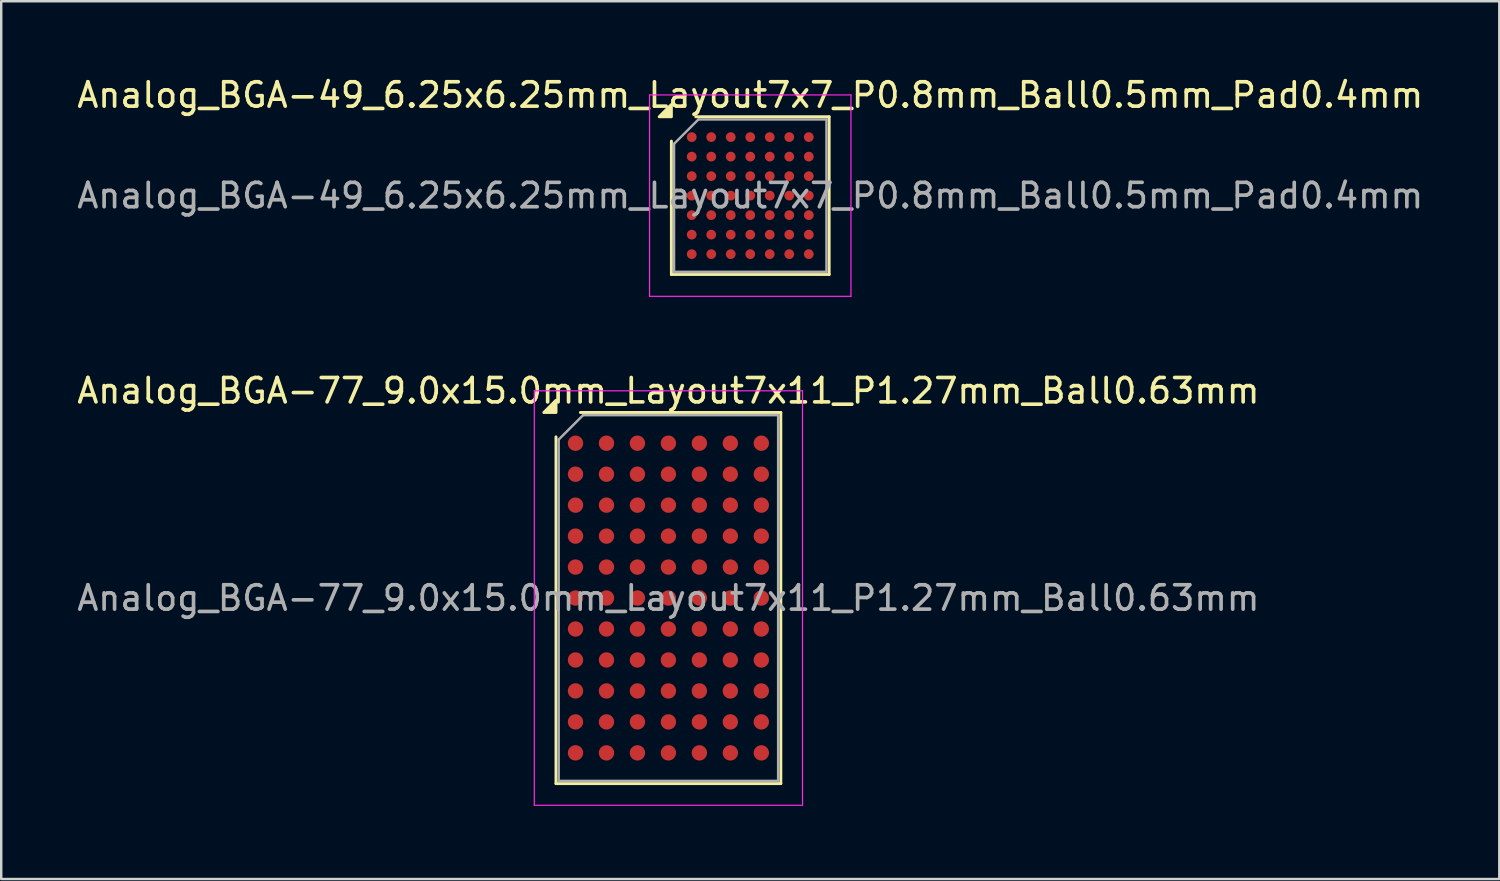
<source format=kicad_pcb>
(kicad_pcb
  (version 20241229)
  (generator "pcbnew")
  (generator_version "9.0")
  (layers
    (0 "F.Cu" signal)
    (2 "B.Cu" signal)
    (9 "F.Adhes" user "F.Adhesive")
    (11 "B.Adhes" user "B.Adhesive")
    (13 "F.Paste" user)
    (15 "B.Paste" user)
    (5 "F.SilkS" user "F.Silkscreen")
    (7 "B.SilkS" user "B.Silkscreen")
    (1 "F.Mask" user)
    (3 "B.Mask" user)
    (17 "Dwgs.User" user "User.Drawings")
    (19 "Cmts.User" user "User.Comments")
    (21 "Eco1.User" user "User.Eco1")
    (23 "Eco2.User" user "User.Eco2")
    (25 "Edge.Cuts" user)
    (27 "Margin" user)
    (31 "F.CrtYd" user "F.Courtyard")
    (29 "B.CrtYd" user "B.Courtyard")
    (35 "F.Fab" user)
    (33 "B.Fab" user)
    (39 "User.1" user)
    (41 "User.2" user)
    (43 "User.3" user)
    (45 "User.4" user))
  (footprint "Analog_BGA-49_6.25x6.25mm_Layout7x7_P0.8mm_Ball0.5mm_Pad0.4mm"
    (layer "F.Cu")
    (at 27.72 4.973)
    (property "Reference" "Analog_BGA-49_6.25x6.25mm_Layout7x7_P0.8mm_Ball0.5mm_Pad0.4mm" (at 0 -4.125 0) (layer "F.SilkS") (effects (font (size 1 1) (thickness 0.15))))
    (attr smd)
    (fp_line (start -3.235 3.235) (end -3.235 -2.235) (stroke (width 0.12) (type solid)) (layer "F.SilkS"))
    (fp_line (start -2.235 -3.235) (end 3.235 -3.235) (stroke (width 0.12) (type solid)) (layer "F.SilkS"))
    (fp_line (start 3.235 -3.235) (end 3.235 3.235) (stroke (width 0.12) (type solid)) (layer "F.SilkS"))
    (fp_line (start 3.235 3.235) (end -3.235 3.235) (stroke (width 0.12) (type solid)) (layer "F.SilkS"))
    (fp_poly (pts (xy -3.235 -3.235) (xy -3.735 -3.235) (xy -3.235 -3.735) (xy -3.235 -3.235)) (stroke (width 0.12) (type solid)) (fill yes) (layer "F.SilkS"))
    (fp_line (start -4.13 -4.13) (end -4.13 4.13) (stroke (width 0.05) (type solid)) (layer "F.CrtYd"))
    (fp_line (start -4.13 4.13) (end 4.13 4.13) (stroke (width 0.05) (type solid)) (layer "F.CrtYd"))
    (fp_line (start 4.13 -4.13) (end -4.13 -4.13) (stroke (width 0.05) (type solid)) (layer "F.CrtYd"))
    (fp_line (start 4.13 4.13) (end 4.13 -4.13) (stroke (width 0.05) (type solid)) (layer "F.CrtYd"))
    (fp_line (start -3.125 -2.125) (end -2.125 -3.125) (stroke (width 0.1) (type solid)) (layer "F.Fab"))
    (fp_line (start -3.125 3.125) (end -3.125 -2.125) (stroke (width 0.1) (type solid)) (layer "F.Fab"))
    (fp_line (start -2.125 -3.125) (end 3.125 -3.125) (stroke (width 0.1) (type solid)) (layer "F.Fab"))
    (fp_line (start 3.125 -3.125) (end 3.125 3.125) (stroke (width 0.1) (type solid)) (layer "F.Fab"))
    (fp_line (start 3.125 3.125) (end -3.125 3.125) (stroke (width 0.1) (type solid)) (layer "F.Fab"))
    (fp_text user "${REFERENCE}" (at 0 0 0) (layer "F.Fab") (effects (font (size 1 1) (thickness 0.15))))
    (pad "A1" smd circle (at -2.4 -2.4) (size 0.4 0.4) (property pad_prop_bga) (layers "F.Cu" "F.Mask" "F.Paste"))
    (pad "A2" smd circle (at -1.6 -2.4) (size 0.4 0.4) (property pad_prop_bga) (layers "F.Cu" "F.Mask" "F.Paste"))
    (pad "A3" smd circle (at -0.8 -2.4) (size 0.4 0.4) (property pad_prop_bga) (layers "F.Cu" "F.Mask" "F.Paste"))
    (pad "A4" smd circle (at 0 -2.4) (size 0.4 0.4) (property pad_prop_bga) (layers "F.Cu" "F.Mask" "F.Paste"))
    (pad "A5" smd circle (at 0.8 -2.4) (size 0.4 0.4) (property pad_prop_bga) (layers "F.Cu" "F.Mask" "F.Paste"))
    (pad "A6" smd circle (at 1.6 -2.4) (size 0.4 0.4) (property pad_prop_bga) (layers "F.Cu" "F.Mask" "F.Paste"))
    (pad "A7" smd circle (at 2.4 -2.4) (size 0.4 0.4) (property pad_prop_bga) (layers "F.Cu" "F.Mask" "F.Paste"))
    (pad "B1" smd circle (at -2.4 -1.6) (size 0.4 0.4) (property pad_prop_bga) (layers "F.Cu" "F.Mask" "F.Paste"))
    (pad "B2" smd circle (at -1.6 -1.6) (size 0.4 0.4) (property pad_prop_bga) (layers "F.Cu" "F.Mask" "F.Paste"))
    (pad "B3" smd circle (at -0.8 -1.6) (size 0.4 0.4) (property pad_prop_bga) (layers "F.Cu" "F.Mask" "F.Paste"))
    (pad "B4" smd circle (at 0 -1.6) (size 0.4 0.4) (property pad_prop_bga) (layers "F.Cu" "F.Mask" "F.Paste"))
    (pad "B5" smd circle (at 0.8 -1.6) (size 0.4 0.4) (property pad_prop_bga) (layers "F.Cu" "F.Mask" "F.Paste"))
    (pad "B6" smd circle (at 1.6 -1.6) (size 0.4 0.4) (property pad_prop_bga) (layers "F.Cu" "F.Mask" "F.Paste"))
    (pad "B7" smd circle (at 2.4 -1.6) (size 0.4 0.4) (property pad_prop_bga) (layers "F.Cu" "F.Mask" "F.Paste"))
    (pad "C1" smd circle (at -2.4 -0.8) (size 0.4 0.4) (property pad_prop_bga) (layers "F.Cu" "F.Mask" "F.Paste"))
    (pad "C2" smd circle (at -1.6 -0.8) (size 0.4 0.4) (property pad_prop_bga) (layers "F.Cu" "F.Mask" "F.Paste"))
    (pad "C3" smd circle (at -0.8 -0.8) (size 0.4 0.4) (property pad_prop_bga) (layers "F.Cu" "F.Mask" "F.Paste"))
    (pad "C4" smd circle (at 0 -0.8) (size 0.4 0.4) (property pad_prop_bga) (layers "F.Cu" "F.Mask" "F.Paste"))
    (pad "C5" smd circle (at 0.8 -0.8) (size 0.4 0.4) (property pad_prop_bga) (layers "F.Cu" "F.Mask" "F.Paste"))
    (pad "C6" smd circle (at 1.6 -0.8) (size 0.4 0.4) (property pad_prop_bga) (layers "F.Cu" "F.Mask" "F.Paste"))
    (pad "C7" smd circle (at 2.4 -0.8) (size 0.4 0.4) (property pad_prop_bga) (layers "F.Cu" "F.Mask" "F.Paste"))
    (pad "D1" smd circle (at -2.4 0) (size 0.4 0.4) (property pad_prop_bga) (layers "F.Cu" "F.Mask" "F.Paste"))
    (pad "D2" smd circle (at -1.6 0) (size 0.4 0.4) (property pad_prop_bga) (layers "F.Cu" "F.Mask" "F.Paste"))
    (pad "D3" smd circle (at -0.8 0) (size 0.4 0.4) (property pad_prop_bga) (layers "F.Cu" "F.Mask" "F.Paste"))
    (pad "D4" smd circle (at 0 0) (size 0.4 0.4) (property pad_prop_bga) (layers "F.Cu" "F.Mask" "F.Paste"))
    (pad "D5" smd circle (at 0.8 0) (size 0.4 0.4) (property pad_prop_bga) (layers "F.Cu" "F.Mask" "F.Paste"))
    (pad "D6" smd circle (at 1.6 0) (size 0.4 0.4) (property pad_prop_bga) (layers "F.Cu" "F.Mask" "F.Paste"))
    (pad "D7" smd circle (at 2.4 0) (size 0.4 0.4) (property pad_prop_bga) (layers "F.Cu" "F.Mask" "F.Paste"))
    (pad "E1" smd circle (at -2.4 0.8) (size 0.4 0.4) (property pad_prop_bga) (layers "F.Cu" "F.Mask" "F.Paste"))
    (pad "E2" smd circle (at -1.6 0.8) (size 0.4 0.4) (property pad_prop_bga) (layers "F.Cu" "F.Mask" "F.Paste"))
    (pad "E3" smd circle (at -0.8 0.8) (size 0.4 0.4) (property pad_prop_bga) (layers "F.Cu" "F.Mask" "F.Paste"))
    (pad "E4" smd circle (at 0 0.8) (size 0.4 0.4) (property pad_prop_bga) (layers "F.Cu" "F.Mask" "F.Paste"))
    (pad "E5" smd circle (at 0.8 0.8) (size 0.4 0.4) (property pad_prop_bga) (layers "F.Cu" "F.Mask" "F.Paste"))
    (pad "E6" smd circle (at 1.6 0.8) (size 0.4 0.4) (property pad_prop_bga) (layers "F.Cu" "F.Mask" "F.Paste"))
    (pad "E7" smd circle (at 2.4 0.8) (size 0.4 0.4) (property pad_prop_bga) (layers "F.Cu" "F.Mask" "F.Paste"))
    (pad "F1" smd circle (at -2.4 1.6) (size 0.4 0.4) (property pad_prop_bga) (layers "F.Cu" "F.Mask" "F.Paste"))
    (pad "F2" smd circle (at -1.6 1.6) (size 0.4 0.4) (property pad_prop_bga) (layers "F.Cu" "F.Mask" "F.Paste"))
    (pad "F3" smd circle (at -0.8 1.6) (size 0.4 0.4) (property pad_prop_bga) (layers "F.Cu" "F.Mask" "F.Paste"))
    (pad "F4" smd circle (at 0 1.6) (size 0.4 0.4) (property pad_prop_bga) (layers "F.Cu" "F.Mask" "F.Paste"))
    (pad "F5" smd circle (at 0.8 1.6) (size 0.4 0.4) (property pad_prop_bga) (layers "F.Cu" "F.Mask" "F.Paste"))
    (pad "F6" smd circle (at 1.6 1.6) (size 0.4 0.4) (property pad_prop_bga) (layers "F.Cu" "F.Mask" "F.Paste"))
    (pad "F7" smd circle (at 2.4 1.6) (size 0.4 0.4) (property pad_prop_bga) (layers "F.Cu" "F.Mask" "F.Paste"))
    (pad "G1" smd circle (at -2.4 2.4) (size 0.4 0.4) (property pad_prop_bga) (layers "F.Cu" "F.Mask" "F.Paste"))
    (pad "G2" smd circle (at -1.6 2.4) (size 0.4 0.4) (property pad_prop_bga) (layers "F.Cu" "F.Mask" "F.Paste"))
    (pad "G3" smd circle (at -0.8 2.4) (size 0.4 0.4) (property pad_prop_bga) (layers "F.Cu" "F.Mask" "F.Paste"))
    (pad "G4" smd circle (at 0 2.4) (size 0.4 0.4) (property pad_prop_bga) (layers "F.Cu" "F.Mask" "F.Paste"))
    (pad "G5" smd circle (at 0.8 2.4) (size 0.4 0.4) (property pad_prop_bga) (layers "F.Cu" "F.Mask" "F.Paste"))
    (pad "G6" smd circle (at 1.6 2.4) (size 0.4 0.4) (property pad_prop_bga) (layers "F.Cu" "F.Mask" "F.Paste"))
    (pad "G7" smd circle (at 2.4 2.4) (size 0.4 0.4) (property pad_prop_bga) (layers "F.Cu" "F.Mask" "F.Paste")))
  (footprint "Analog_BGA-77_9.0x15.0mm_Layout7x11_P1.27mm_Ball0.63mm"
    (layer "F.Cu")
    (at 24.363 21.477)
    (property "Reference" "Analog_BGA-77_9.0x15.0mm_Layout7x11_P1.27mm_Ball0.63mm" (at 0 -8.5 0) (layer "F.SilkS") (effects (font (size 1 1) (thickness 0.15))))
    (attr smd)
    (fp_line (start -4.61 7.61) (end -4.61 -6.61) (stroke (width 0.12) (type solid)) (layer "F.SilkS"))
    (fp_line (start -3.61 -7.61) (end 4.61 -7.61) (stroke (width 0.12) (type solid)) (layer "F.SilkS"))
    (fp_line (start 4.61 -7.61) (end 4.61 7.61) (stroke (width 0.12) (type solid)) (layer "F.SilkS"))
    (fp_line (start 4.61 7.61) (end -4.61 7.61) (stroke (width 0.12) (type solid)) (layer "F.SilkS"))
    (fp_poly (pts (xy -4.61 -7.61) (xy -5.11 -7.61) (xy -4.61 -8.11) (xy -4.61 -7.61)) (stroke (width 0.12) (type solid)) (fill yes) (layer "F.SilkS"))
    (fp_line (start -5.5 -8.5) (end -5.5 8.5) (stroke (width 0.05) (type solid)) (layer "F.CrtYd"))
    (fp_line (start -5.5 8.5) (end 5.5 8.5) (stroke (width 0.05) (type solid)) (layer "F.CrtYd"))
    (fp_line (start 5.5 -8.5) (end -5.5 -8.5) (stroke (width 0.05) (type solid)) (layer "F.CrtYd"))
    (fp_line (start 5.5 8.5) (end 5.5 -8.5) (stroke (width 0.05) (type solid)) (layer "F.CrtYd"))
    (fp_line (start -4.5 -6.5) (end -3.5 -7.5) (stroke (width 0.1) (type solid)) (layer "F.Fab"))
    (fp_line (start -4.5 7.5) (end -4.5 -6.5) (stroke (width 0.1) (type solid)) (layer "F.Fab"))
    (fp_line (start -3.5 -7.5) (end 4.5 -7.5) (stroke (width 0.1) (type solid)) (layer "F.Fab"))
    (fp_line (start 4.5 -7.5) (end 4.5 7.5) (stroke (width 0.1) (type solid)) (layer "F.Fab"))
    (fp_line (start 4.5 7.5) (end -4.5 7.5) (stroke (width 0.1) (type solid)) (layer "F.Fab"))
    (fp_text user "${REFERENCE}" (at 0 0 0) (layer "F.Fab") (effects (font (size 1 1) (thickness 0.15))))
    (pad "A1" smd circle (at -3.81 -6.35) (size 0.63 0.63) (property pad_prop_bga) (layers "F.Cu" "F.Mask" "F.Paste"))
    (pad "A2" smd circle (at -2.54 -6.35) (size 0.63 0.63) (property pad_prop_bga) (layers "F.Cu" "F.Mask" "F.Paste"))
    (pad "A3" smd circle (at -1.27 -6.35) (size 0.63 0.63) (property pad_prop_bga) (layers "F.Cu" "F.Mask" "F.Paste"))
    (pad "A4" smd circle (at 0 -6.35) (size 0.63 0.63) (property pad_prop_bga) (layers "F.Cu" "F.Mask" "F.Paste"))
    (pad "A5" smd circle (at 1.27 -6.35) (size 0.63 0.63) (property pad_prop_bga) (layers "F.Cu" "F.Mask" "F.Paste"))
    (pad "A6" smd circle (at 2.54 -6.35) (size 0.63 0.63) (property pad_prop_bga) (layers "F.Cu" "F.Mask" "F.Paste"))
    (pad "A7" smd circle (at 3.81 -6.35) (size 0.63 0.63) (property pad_prop_bga) (layers "F.Cu" "F.Mask" "F.Paste"))
    (pad "B1" smd circle (at -3.81 -5.08) (size 0.63 0.63) (property pad_prop_bga) (layers "F.Cu" "F.Mask" "F.Paste"))
    (pad "B2" smd circle (at -2.54 -5.08) (size 0.63 0.63) (property pad_prop_bga) (layers "F.Cu" "F.Mask" "F.Paste"))
    (pad "B3" smd circle (at -1.27 -5.08) (size 0.63 0.63) (property pad_prop_bga) (layers "F.Cu" "F.Mask" "F.Paste"))
    (pad "B4" smd circle (at 0 -5.08) (size 0.63 0.63) (property pad_prop_bga) (layers "F.Cu" "F.Mask" "F.Paste"))
    (pad "B5" smd circle (at 1.27 -5.08) (size 0.63 0.63) (property pad_prop_bga) (layers "F.Cu" "F.Mask" "F.Paste"))
    (pad "B6" smd circle (at 2.54 -5.08) (size 0.63 0.63) (property pad_prop_bga) (layers "F.Cu" "F.Mask" "F.Paste"))
    (pad "B7" smd circle (at 3.81 -5.08) (size 0.63 0.63) (property pad_prop_bga) (layers "F.Cu" "F.Mask" "F.Paste"))
    (pad "C1" smd circle (at -3.81 -3.81) (size 0.63 0.63) (property pad_prop_bga) (layers "F.Cu" "F.Mask" "F.Paste"))
    (pad "C2" smd circle (at -2.54 -3.81) (size 0.63 0.63) (property pad_prop_bga) (layers "F.Cu" "F.Mask" "F.Paste"))
    (pad "C3" smd circle (at -1.27 -3.81) (size 0.63 0.63) (property pad_prop_bga) (layers "F.Cu" "F.Mask" "F.Paste"))
    (pad "C4" smd circle (at 0 -3.81) (size 0.63 0.63) (property pad_prop_bga) (layers "F.Cu" "F.Mask" "F.Paste"))
    (pad "C5" smd circle (at 1.27 -3.81) (size 0.63 0.63) (property pad_prop_bga) (layers "F.Cu" "F.Mask" "F.Paste"))
    (pad "C6" smd circle (at 2.54 -3.81) (size 0.63 0.63) (property pad_prop_bga) (layers "F.Cu" "F.Mask" "F.Paste"))
    (pad "C7" smd circle (at 3.81 -3.81) (size 0.63 0.63) (property pad_prop_bga) (layers "F.Cu" "F.Mask" "F.Paste"))
    (pad "D1" smd circle (at -3.81 -2.54) (size 0.63 0.63) (property pad_prop_bga) (layers "F.Cu" "F.Mask" "F.Paste"))
    (pad "D2" smd circle (at -2.54 -2.54) (size 0.63 0.63) (property pad_prop_bga) (layers "F.Cu" "F.Mask" "F.Paste"))
    (pad "D3" smd circle (at -1.27 -2.54) (size 0.63 0.63) (property pad_prop_bga) (layers "F.Cu" "F.Mask" "F.Paste"))
    (pad "D4" smd circle (at 0 -2.54) (size 0.63 0.63) (property pad_prop_bga) (layers "F.Cu" "F.Mask" "F.Paste"))
    (pad "D5" smd circle (at 1.27 -2.54) (size 0.63 0.63) (property pad_prop_bga) (layers "F.Cu" "F.Mask" "F.Paste"))
    (pad "D6" smd circle (at 2.54 -2.54) (size 0.63 0.63) (property pad_prop_bga) (layers "F.Cu" "F.Mask" "F.Paste"))
    (pad "D7" smd circle (at 3.81 -2.54) (size 0.63 0.63) (property pad_prop_bga) (layers "F.Cu" "F.Mask" "F.Paste"))
    (pad "E1" smd circle (at -3.81 -1.27) (size 0.63 0.63) (property pad_prop_bga) (layers "F.Cu" "F.Mask" "F.Paste"))
    (pad "E2" smd circle (at -2.54 -1.27) (size 0.63 0.63) (property pad_prop_bga) (layers "F.Cu" "F.Mask" "F.Paste"))
    (pad "E3" smd circle (at -1.27 -1.27) (size 0.63 0.63) (property pad_prop_bga) (layers "F.Cu" "F.Mask" "F.Paste"))
    (pad "E4" smd circle (at 0 -1.27) (size 0.63 0.63) (property pad_prop_bga) (layers "F.Cu" "F.Mask" "F.Paste"))
    (pad "E5" smd circle (at 1.27 -1.27) (size 0.63 0.63) (property pad_prop_bga) (layers "F.Cu" "F.Mask" "F.Paste"))
    (pad "E6" smd circle (at 2.54 -1.27) (size 0.63 0.63) (property pad_prop_bga) (layers "F.Cu" "F.Mask" "F.Paste"))
    (pad "E7" smd circle (at 3.81 -1.27) (size 0.63 0.63) (property pad_prop_bga) (layers "F.Cu" "F.Mask" "F.Paste"))
    (pad "F1" smd circle (at -3.81 0) (size 0.63 0.63) (property pad_prop_bga) (layers "F.Cu" "F.Mask" "F.Paste"))
    (pad "F2" smd circle (at -2.54 0) (size 0.63 0.63) (property pad_prop_bga) (layers "F.Cu" "F.Mask" "F.Paste"))
    (pad "F3" smd circle (at -1.27 0) (size 0.63 0.63) (property pad_prop_bga) (layers "F.Cu" "F.Mask" "F.Paste"))
    (pad "F4" smd circle (at 0 0) (size 0.63 0.63) (property pad_prop_bga) (layers "F.Cu" "F.Mask" "F.Paste"))
    (pad "F5" smd circle (at 1.27 0) (size 0.63 0.63) (property pad_prop_bga) (layers "F.Cu" "F.Mask" "F.Paste"))
    (pad "F6" smd circle (at 2.54 0) (size 0.63 0.63) (property pad_prop_bga) (layers "F.Cu" "F.Mask" "F.Paste"))
    (pad "F7" smd circle (at 3.81 0) (size 0.63 0.63) (property pad_prop_bga) (layers "F.Cu" "F.Mask" "F.Paste"))
    (pad "G1" smd circle (at -3.81 1.27) (size 0.63 0.63) (property pad_prop_bga) (layers "F.Cu" "F.Mask" "F.Paste"))
    (pad "G2" smd circle (at -2.54 1.27) (size 0.63 0.63) (property pad_prop_bga) (layers "F.Cu" "F.Mask" "F.Paste"))
    (pad "G3" smd circle (at -1.27 1.27) (size 0.63 0.63) (property pad_prop_bga) (layers "F.Cu" "F.Mask" "F.Paste"))
    (pad "G4" smd circle (at 0 1.27) (size 0.63 0.63) (property pad_prop_bga) (layers "F.Cu" "F.Mask" "F.Paste"))
    (pad "G5" smd circle (at 1.27 1.27) (size 0.63 0.63) (property pad_prop_bga) (layers "F.Cu" "F.Mask" "F.Paste"))
    (pad "G6" smd circle (at 2.54 1.27) (size 0.63 0.63) (property pad_prop_bga) (layers "F.Cu" "F.Mask" "F.Paste"))
    (pad "G7" smd circle (at 3.81 1.27) (size 0.63 0.63) (property pad_prop_bga) (layers "F.Cu" "F.Mask" "F.Paste"))
    (pad "H1" smd circle (at -3.81 2.54) (size 0.63 0.63) (property pad_prop_bga) (layers "F.Cu" "F.Mask" "F.Paste"))
    (pad "H2" smd circle (at -2.54 2.54) (size 0.63 0.63) (property pad_prop_bga) (layers "F.Cu" "F.Mask" "F.Paste"))
    (pad "H3" smd circle (at -1.27 2.54) (size 0.63 0.63) (property pad_prop_bga) (layers "F.Cu" "F.Mask" "F.Paste"))
    (pad "H4" smd circle (at 0 2.54) (size 0.63 0.63) (property pad_prop_bga) (layers "F.Cu" "F.Mask" "F.Paste"))
    (pad "H5" smd circle (at 1.27 2.54) (size 0.63 0.63) (property pad_prop_bga) (layers "F.Cu" "F.Mask" "F.Paste"))
    (pad "H6" smd circle (at 2.54 2.54) (size 0.63 0.63) (property pad_prop_bga) (layers "F.Cu" "F.Mask" "F.Paste"))
    (pad "H7" smd circle (at 3.81 2.54) (size 0.63 0.63) (property pad_prop_bga) (layers "F.Cu" "F.Mask" "F.Paste"))
    (pad "J1" smd circle (at -3.81 3.81) (size 0.63 0.63) (property pad_prop_bga) (layers "F.Cu" "F.Mask" "F.Paste"))
    (pad "J2" smd circle (at -2.54 3.81) (size 0.63 0.63) (property pad_prop_bga) (layers "F.Cu" "F.Mask" "F.Paste"))
    (pad "J3" smd circle (at -1.27 3.81) (size 0.63 0.63) (property pad_prop_bga) (layers "F.Cu" "F.Mask" "F.Paste"))
    (pad "J4" smd circle (at 0 3.81) (size 0.63 0.63) (property pad_prop_bga) (layers "F.Cu" "F.Mask" "F.Paste"))
    (pad "J5" smd circle (at 1.27 3.81) (size 0.63 0.63) (property pad_prop_bga) (layers "F.Cu" "F.Mask" "F.Paste"))
    (pad "J6" smd circle (at 2.54 3.81) (size 0.63 0.63) (property pad_prop_bga) (layers "F.Cu" "F.Mask" "F.Paste"))
    (pad "J7" smd circle (at 3.81 3.81) (size 0.63 0.63) (property pad_prop_bga) (layers "F.Cu" "F.Mask" "F.Paste"))
    (pad "K1" smd circle (at -3.81 5.08) (size 0.63 0.63) (property pad_prop_bga) (layers "F.Cu" "F.Mask" "F.Paste"))
    (pad "K2" smd circle (at -2.54 5.08) (size 0.63 0.63) (property pad_prop_bga) (layers "F.Cu" "F.Mask" "F.Paste"))
    (pad "K3" smd circle (at -1.27 5.08) (size 0.63 0.63) (property pad_prop_bga) (layers "F.Cu" "F.Mask" "F.Paste"))
    (pad "K4" smd circle (at 0 5.08) (size 0.63 0.63) (property pad_prop_bga) (layers "F.Cu" "F.Mask" "F.Paste"))
    (pad "K5" smd circle (at 1.27 5.08) (size 0.63 0.63) (property pad_prop_bga) (layers "F.Cu" "F.Mask" "F.Paste"))
    (pad "K6" smd circle (at 2.54 5.08) (size 0.63 0.63) (property pad_prop_bga) (layers "F.Cu" "F.Mask" "F.Paste"))
    (pad "K7" smd circle (at 3.81 5.08) (size 0.63 0.63) (property pad_prop_bga) (layers "F.Cu" "F.Mask" "F.Paste"))
    (pad "L1" smd circle (at -3.81 6.35) (size 0.63 0.63) (property pad_prop_bga) (layers "F.Cu" "F.Mask" "F.Paste"))
    (pad "L2" smd circle (at -2.54 6.35) (size 0.63 0.63) (property pad_prop_bga) (layers "F.Cu" "F.Mask" "F.Paste"))
    (pad "L3" smd circle (at -1.27 6.35) (size 0.63 0.63) (property pad_prop_bga) (layers "F.Cu" "F.Mask" "F.Paste"))
    (pad "L4" smd circle (at 0 6.35) (size 0.63 0.63) (property pad_prop_bga) (layers "F.Cu" "F.Mask" "F.Paste"))
    (pad "L5" smd circle (at 1.27 6.35) (size 0.63 0.63) (property pad_prop_bga) (layers "F.Cu" "F.Mask" "F.Paste"))
    (pad "L6" smd circle (at 2.54 6.35) (size 0.63 0.63) (property pad_prop_bga) (layers "F.Cu" "F.Mask" "F.Paste"))
    (pad "L7" smd circle (at 3.81 6.35) (size 0.63 0.63) (property pad_prop_bga) (layers "F.Cu" "F.Mask" "F.Paste")))
  (gr_rect
    (start -3 -3)
    (end 58.44 33.002)
    (stroke (width 0.1) (type default))
    (fill no)
    (layer "Edge.Cuts")))
</source>
